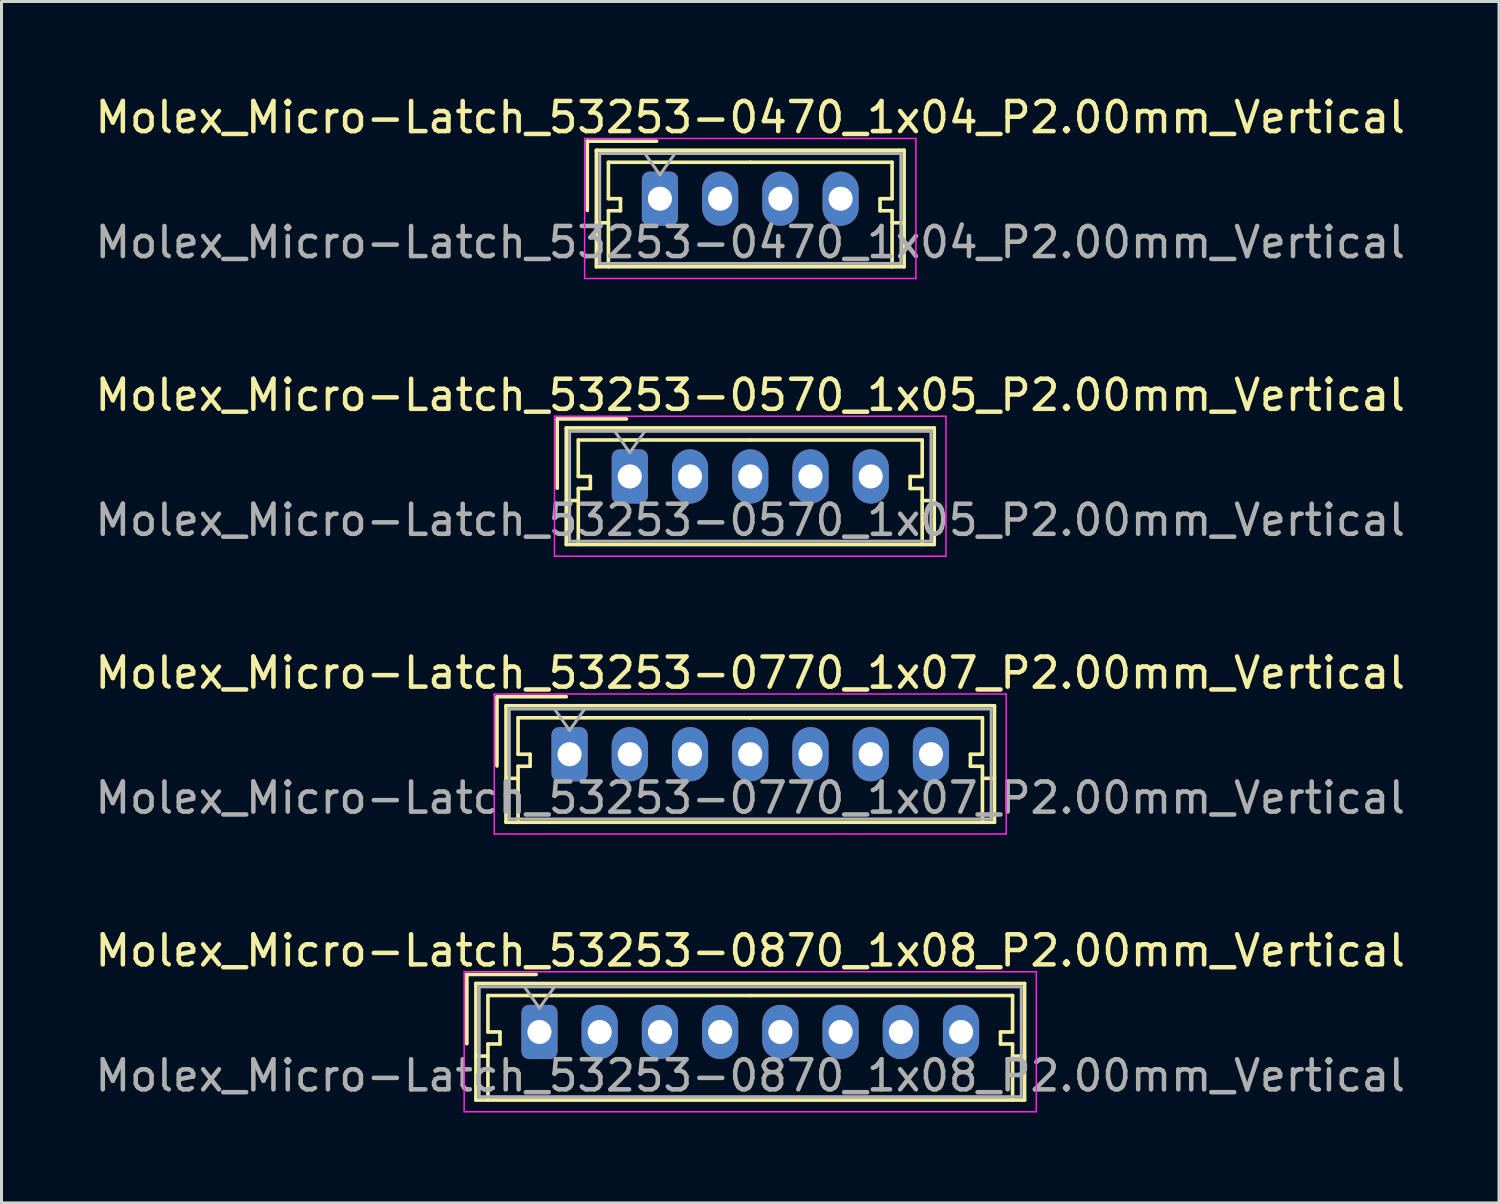
<source format=kicad_pcb>
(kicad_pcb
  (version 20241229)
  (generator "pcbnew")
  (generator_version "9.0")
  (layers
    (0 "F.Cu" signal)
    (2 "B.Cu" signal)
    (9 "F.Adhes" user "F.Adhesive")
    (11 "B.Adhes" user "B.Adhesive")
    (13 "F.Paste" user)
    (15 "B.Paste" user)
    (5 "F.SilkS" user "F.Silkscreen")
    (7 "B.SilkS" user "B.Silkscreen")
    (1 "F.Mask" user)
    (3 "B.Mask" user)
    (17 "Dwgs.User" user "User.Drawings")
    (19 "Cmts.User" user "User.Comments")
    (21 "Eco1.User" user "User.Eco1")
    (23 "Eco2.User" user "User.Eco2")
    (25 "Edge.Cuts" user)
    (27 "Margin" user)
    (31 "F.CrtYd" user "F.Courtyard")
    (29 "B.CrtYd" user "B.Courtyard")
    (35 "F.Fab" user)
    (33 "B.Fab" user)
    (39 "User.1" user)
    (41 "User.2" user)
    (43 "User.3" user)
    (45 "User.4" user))
  (footprint "Molex_Micro-Latch_53253-0470_1x04_P2.00mm_Vertical"
    (layer "F.Cu")
    (at 18.863 3.548)
    (property "Reference" "Molex_Micro-Latch_53253-0470_1x04_P2.00mm_Vertical" (at 3 -2.7 0) (layer "F.SilkS") (effects (font (size 1 1) (thickness 0.15))))
    (attr through_hole)
    (fp_line (start -2.41 -1.91) (end -2.41 0.39) (stroke (width 0.12) (type solid)) (layer "F.SilkS"))
    (fp_line (start -2.11 -1.61) (end -2.11 2.26) (stroke (width 0.12) (type solid)) (layer "F.SilkS"))
    (fp_line (start -2.11 0.8) (end -1.71 0.8) (stroke (width 0.12) (type solid)) (layer "F.SilkS"))
    (fp_line (start -2.11 2.26) (end 8.11 2.26) (stroke (width 0.12) (type solid)) (layer "F.SilkS"))
    (fp_line (start -1.71 -1.21) (end -1.71 0) (stroke (width 0.12) (type solid)) (layer "F.SilkS"))
    (fp_line (start -1.71 0) (end -1.31 0) (stroke (width 0.12) (type solid)) (layer "F.SilkS"))
    (fp_line (start -1.71 0.4) (end -1.71 2.26) (stroke (width 0.12) (type solid)) (layer "F.SilkS"))
    (fp_line (start -1.31 0) (end -1.31 0.4) (stroke (width 0.12) (type solid)) (layer "F.SilkS"))
    (fp_line (start -1.31 0.4) (end -1.71 0.4) (stroke (width 0.12) (type solid)) (layer "F.SilkS"))
    (fp_line (start -0.11 -1.91) (end -2.41 -1.91) (stroke (width 0.12) (type solid)) (layer "F.SilkS"))
    (fp_line (start 3 -1.21) (end -1.71 -1.21) (stroke (width 0.12) (type solid)) (layer "F.SilkS"))
    (fp_line (start 3 -1.21) (end 7.71 -1.21) (stroke (width 0.12) (type solid)) (layer "F.SilkS"))
    (fp_line (start 7.31 0) (end 7.31 0.4) (stroke (width 0.12) (type solid)) (layer "F.SilkS"))
    (fp_line (start 7.31 0.4) (end 7.71 0.4) (stroke (width 0.12) (type solid)) (layer "F.SilkS"))
    (fp_line (start 7.71 -1.21) (end 7.71 0) (stroke (width 0.12) (type solid)) (layer "F.SilkS"))
    (fp_line (start 7.71 0) (end 7.31 0) (stroke (width 0.12) (type solid)) (layer "F.SilkS"))
    (fp_line (start 7.71 0.4) (end 7.71 2.26) (stroke (width 0.12) (type solid)) (layer "F.SilkS"))
    (fp_line (start 8.11 -1.61) (end -2.11 -1.61) (stroke (width 0.12) (type solid)) (layer "F.SilkS"))
    (fp_line (start 8.11 0.8) (end 7.71 0.8) (stroke (width 0.12) (type solid)) (layer "F.SilkS"))
    (fp_line (start 8.11 2.26) (end 8.11 -1.61) (stroke (width 0.12) (type solid)) (layer "F.SilkS"))
    (fp_line (start -2.5 -2) (end -2.5 2.65) (stroke (width 0.05) (type solid)) (layer "F.CrtYd"))
    (fp_line (start -2.5 2.65) (end 8.5 2.65) (stroke (width 0.05) (type solid)) (layer "F.CrtYd"))
    (fp_line (start 8.5 -2) (end -2.5 -2) (stroke (width 0.05) (type solid)) (layer "F.CrtYd"))
    (fp_line (start 8.5 2.65) (end 8.5 -2) (stroke (width 0.05) (type solid)) (layer "F.CrtYd"))
    (fp_line (start -2 -1.5) (end -2 2.15) (stroke (width 0.1) (type solid)) (layer "F.Fab"))
    (fp_line (start -2 2.15) (end 8 2.15) (stroke (width 0.1) (type solid)) (layer "F.Fab"))
    (fp_line (start -0.5 -1.5) (end 0 -0.793) (stroke (width 0.1) (type solid)) (layer "F.Fab"))
    (fp_line (start 0 -0.793) (end 0.5 -1.5) (stroke (width 0.1) (type solid)) (layer "F.Fab"))
    (fp_line (start 8 -1.5) (end -2 -1.5) (stroke (width 0.1) (type solid)) (layer "F.Fab"))
    (fp_line (start 8 2.15) (end 8 -1.5) (stroke (width 0.1) (type solid)) (layer "F.Fab"))
    (fp_text user "${REFERENCE}" (at 3 1.45 0) (layer "F.Fab") (effects (font (size 1 1) (thickness 0.15))))
    (pad "1" thru_hole roundrect (at 0 0) (size 1.2 1.8) (drill 0.8) (layers "*.Cu" "*.Mask") (roundrect_rratio 0.208))
    (pad "2" thru_hole oval (at 2 0) (size 1.2 1.8) (drill 0.8) (layers "*.Cu" "*.Mask"))
    (pad "3" thru_hole oval (at 4 0) (size 1.2 1.8) (drill 0.8) (layers "*.Cu" "*.Mask"))
    (pad "4" thru_hole oval (at 6 0) (size 1.2 1.8) (drill 0.8) (layers "*.Cu" "*.Mask")))
  (footprint "Molex_Micro-Latch_53253-0770_1x07_P2.00mm_Vertical"
    (layer "F.Cu")
    (at 15.863 21.995)
    (property "Reference" "Molex_Micro-Latch_53253-0770_1x07_P2.00mm_Vertical" (at 6 -2.7 0) (layer "F.SilkS") (effects (font (size 1 1) (thickness 0.15))))
    (attr through_hole)
    (fp_line (start -2.41 -1.91) (end -2.41 0.39) (stroke (width 0.12) (type solid)) (layer "F.SilkS"))
    (fp_line (start -2.11 -1.61) (end -2.11 2.26) (stroke (width 0.12) (type solid)) (layer "F.SilkS"))
    (fp_line (start -2.11 0.8) (end -1.71 0.8) (stroke (width 0.12) (type solid)) (layer "F.SilkS"))
    (fp_line (start -2.11 2.26) (end 14.11 2.26) (stroke (width 0.12) (type solid)) (layer "F.SilkS"))
    (fp_line (start -1.71 -1.21) (end -1.71 0) (stroke (width 0.12) (type solid)) (layer "F.SilkS"))
    (fp_line (start -1.71 0) (end -1.31 0) (stroke (width 0.12) (type solid)) (layer "F.SilkS"))
    (fp_line (start -1.71 0.4) (end -1.71 2.26) (stroke (width 0.12) (type solid)) (layer "F.SilkS"))
    (fp_line (start -1.31 0) (end -1.31 0.4) (stroke (width 0.12) (type solid)) (layer "F.SilkS"))
    (fp_line (start -1.31 0.4) (end -1.71 0.4) (stroke (width 0.12) (type solid)) (layer "F.SilkS"))
    (fp_line (start -0.11 -1.91) (end -2.41 -1.91) (stroke (width 0.12) (type solid)) (layer "F.SilkS"))
    (fp_line (start 6 -1.21) (end -1.71 -1.21) (stroke (width 0.12) (type solid)) (layer "F.SilkS"))
    (fp_line (start 6 -1.21) (end 13.71 -1.21) (stroke (width 0.12) (type solid)) (layer "F.SilkS"))
    (fp_line (start 13.31 0) (end 13.31 0.4) (stroke (width 0.12) (type solid)) (layer "F.SilkS"))
    (fp_line (start 13.31 0.4) (end 13.71 0.4) (stroke (width 0.12) (type solid)) (layer "F.SilkS"))
    (fp_line (start 13.71 -1.21) (end 13.71 0) (stroke (width 0.12) (type solid)) (layer "F.SilkS"))
    (fp_line (start 13.71 0) (end 13.31 0) (stroke (width 0.12) (type solid)) (layer "F.SilkS"))
    (fp_line (start 13.71 0.4) (end 13.71 2.26) (stroke (width 0.12) (type solid)) (layer "F.SilkS"))
    (fp_line (start 14.11 -1.61) (end -2.11 -1.61) (stroke (width 0.12) (type solid)) (layer "F.SilkS"))
    (fp_line (start 14.11 0.8) (end 13.71 0.8) (stroke (width 0.12) (type solid)) (layer "F.SilkS"))
    (fp_line (start 14.11 2.26) (end 14.11 -1.61) (stroke (width 0.12) (type solid)) (layer "F.SilkS"))
    (fp_line (start -2.5 -2) (end -2.5 2.65) (stroke (width 0.05) (type solid)) (layer "F.CrtYd"))
    (fp_line (start -2.5 2.65) (end 14.5 2.65) (stroke (width 0.05) (type solid)) (layer "F.CrtYd"))
    (fp_line (start 14.5 -2) (end -2.5 -2) (stroke (width 0.05) (type solid)) (layer "F.CrtYd"))
    (fp_line (start 14.5 2.65) (end 14.5 -2) (stroke (width 0.05) (type solid)) (layer "F.CrtYd"))
    (fp_line (start -2 -1.5) (end -2 2.15) (stroke (width 0.1) (type solid)) (layer "F.Fab"))
    (fp_line (start -2 2.15) (end 14 2.15) (stroke (width 0.1) (type solid)) (layer "F.Fab"))
    (fp_line (start -0.5 -1.5) (end 0 -0.793) (stroke (width 0.1) (type solid)) (layer "F.Fab"))
    (fp_line (start 0 -0.793) (end 0.5 -1.5) (stroke (width 0.1) (type solid)) (layer "F.Fab"))
    (fp_line (start 14 -1.5) (end -2 -1.5) (stroke (width 0.1) (type solid)) (layer "F.Fab"))
    (fp_line (start 14 2.15) (end 14 -1.5) (stroke (width 0.1) (type solid)) (layer "F.Fab"))
    (fp_text user "${REFERENCE}" (at 6 1.45 0) (layer "F.Fab") (effects (font (size 1 1) (thickness 0.15))))
    (pad "1" thru_hole roundrect (at 0 0) (size 1.2 1.8) (drill 0.8) (layers "*.Cu" "*.Mask") (roundrect_rratio 0.208))
    (pad "2" thru_hole oval (at 2 0) (size 1.2 1.8) (drill 0.8) (layers "*.Cu" "*.Mask"))
    (pad "3" thru_hole oval (at 4 0) (size 1.2 1.8) (drill 0.8) (layers "*.Cu" "*.Mask"))
    (pad "4" thru_hole oval (at 6 0) (size 1.2 1.8) (drill 0.8) (layers "*.Cu" "*.Mask"))
    (pad "5" thru_hole oval (at 8 0) (size 1.2 1.8) (drill 0.8) (layers "*.Cu" "*.Mask"))
    (pad "6" thru_hole oval (at 10 0) (size 1.2 1.8) (drill 0.8) (layers "*.Cu" "*.Mask"))
    (pad "7" thru_hole oval (at 12 0) (size 1.2 1.8) (drill 0.8) (layers "*.Cu" "*.Mask")))
  (footprint "Molex_Micro-Latch_53253-0570_1x05_P2.00mm_Vertical"
    (layer "F.Cu")
    (at 17.863 12.771)
    (property "Reference" "Molex_Micro-Latch_53253-0570_1x05_P2.00mm_Vertical" (at 4 -2.7 0) (layer "F.SilkS") (effects (font (size 1 1) (thickness 0.15))))
    (attr through_hole)
    (fp_line (start -2.41 -1.91) (end -2.41 0.39) (stroke (width 0.12) (type solid)) (layer "F.SilkS"))
    (fp_line (start -2.11 -1.61) (end -2.11 2.26) (stroke (width 0.12) (type solid)) (layer "F.SilkS"))
    (fp_line (start -2.11 0.8) (end -1.71 0.8) (stroke (width 0.12) (type solid)) (layer "F.SilkS"))
    (fp_line (start -2.11 2.26) (end 10.11 2.26) (stroke (width 0.12) (type solid)) (layer "F.SilkS"))
    (fp_line (start -1.71 -1.21) (end -1.71 0) (stroke (width 0.12) (type solid)) (layer "F.SilkS"))
    (fp_line (start -1.71 0) (end -1.31 0) (stroke (width 0.12) (type solid)) (layer "F.SilkS"))
    (fp_line (start -1.71 0.4) (end -1.71 2.26) (stroke (width 0.12) (type solid)) (layer "F.SilkS"))
    (fp_line (start -1.31 0) (end -1.31 0.4) (stroke (width 0.12) (type solid)) (layer "F.SilkS"))
    (fp_line (start -1.31 0.4) (end -1.71 0.4) (stroke (width 0.12) (type solid)) (layer "F.SilkS"))
    (fp_line (start -0.11 -1.91) (end -2.41 -1.91) (stroke (width 0.12) (type solid)) (layer "F.SilkS"))
    (fp_line (start 4 -1.21) (end -1.71 -1.21) (stroke (width 0.12) (type solid)) (layer "F.SilkS"))
    (fp_line (start 4 -1.21) (end 9.71 -1.21) (stroke (width 0.12) (type solid)) (layer "F.SilkS"))
    (fp_line (start 9.31 0) (end 9.31 0.4) (stroke (width 0.12) (type solid)) (layer "F.SilkS"))
    (fp_line (start 9.31 0.4) (end 9.71 0.4) (stroke (width 0.12) (type solid)) (layer "F.SilkS"))
    (fp_line (start 9.71 -1.21) (end 9.71 0) (stroke (width 0.12) (type solid)) (layer "F.SilkS"))
    (fp_line (start 9.71 0) (end 9.31 0) (stroke (width 0.12) (type solid)) (layer "F.SilkS"))
    (fp_line (start 9.71 0.4) (end 9.71 2.26) (stroke (width 0.12) (type solid)) (layer "F.SilkS"))
    (fp_line (start 10.11 -1.61) (end -2.11 -1.61) (stroke (width 0.12) (type solid)) (layer "F.SilkS"))
    (fp_line (start 10.11 0.8) (end 9.71 0.8) (stroke (width 0.12) (type solid)) (layer "F.SilkS"))
    (fp_line (start 10.11 2.26) (end 10.11 -1.61) (stroke (width 0.12) (type solid)) (layer "F.SilkS"))
    (fp_line (start -2.5 -2) (end -2.5 2.65) (stroke (width 0.05) (type solid)) (layer "F.CrtYd"))
    (fp_line (start -2.5 2.65) (end 10.5 2.65) (stroke (width 0.05) (type solid)) (layer "F.CrtYd"))
    (fp_line (start 10.5 -2) (end -2.5 -2) (stroke (width 0.05) (type solid)) (layer "F.CrtYd"))
    (fp_line (start 10.5 2.65) (end 10.5 -2) (stroke (width 0.05) (type solid)) (layer "F.CrtYd"))
    (fp_line (start -2 -1.5) (end -2 2.15) (stroke (width 0.1) (type solid)) (layer "F.Fab"))
    (fp_line (start -2 2.15) (end 10 2.15) (stroke (width 0.1) (type solid)) (layer "F.Fab"))
    (fp_line (start -0.5 -1.5) (end 0 -0.793) (stroke (width 0.1) (type solid)) (layer "F.Fab"))
    (fp_line (start 0 -0.793) (end 0.5 -1.5) (stroke (width 0.1) (type solid)) (layer "F.Fab"))
    (fp_line (start 10 -1.5) (end -2 -1.5) (stroke (width 0.1) (type solid)) (layer "F.Fab"))
    (fp_line (start 10 2.15) (end 10 -1.5) (stroke (width 0.1) (type solid)) (layer "F.Fab"))
    (fp_text user "${REFERENCE}" (at 4 1.45 0) (layer "F.Fab") (effects (font (size 1 1) (thickness 0.15))))
    (pad "1" thru_hole roundrect (at 0 0) (size 1.2 1.8) (drill 0.8) (layers "*.Cu" "*.Mask") (roundrect_rratio 0.208))
    (pad "2" thru_hole oval (at 2 0) (size 1.2 1.8) (drill 0.8) (layers "*.Cu" "*.Mask"))
    (pad "3" thru_hole oval (at 4 0) (size 1.2 1.8) (drill 0.8) (layers "*.Cu" "*.Mask"))
    (pad "4" thru_hole oval (at 6 0) (size 1.2 1.8) (drill 0.8) (layers "*.Cu" "*.Mask"))
    (pad "5" thru_hole oval (at 8 0) (size 1.2 1.8) (drill 0.8) (layers "*.Cu" "*.Mask")))
  (footprint "Molex_Micro-Latch_53253-0870_1x08_P2.00mm_Vertical"
    (layer "F.Cu")
    (at 14.863 31.218)
    (property "Reference" "Molex_Micro-Latch_53253-0870_1x08_P2.00mm_Vertical" (at 7 -2.7 0) (layer "F.SilkS") (effects (font (size 1 1) (thickness 0.15))))
    (attr through_hole)
    (fp_line (start -2.41 -1.91) (end -2.41 0.39) (stroke (width 0.12) (type solid)) (layer "F.SilkS"))
    (fp_line (start -2.11 -1.61) (end -2.11 2.26) (stroke (width 0.12) (type solid)) (layer "F.SilkS"))
    (fp_line (start -2.11 0.8) (end -1.71 0.8) (stroke (width 0.12) (type solid)) (layer "F.SilkS"))
    (fp_line (start -2.11 2.26) (end 16.11 2.26) (stroke (width 0.12) (type solid)) (layer "F.SilkS"))
    (fp_line (start -1.71 -1.21) (end -1.71 0) (stroke (width 0.12) (type solid)) (layer "F.SilkS"))
    (fp_line (start -1.71 0) (end -1.31 0) (stroke (width 0.12) (type solid)) (layer "F.SilkS"))
    (fp_line (start -1.71 0.4) (end -1.71 2.26) (stroke (width 0.12) (type solid)) (layer "F.SilkS"))
    (fp_line (start -1.31 0) (end -1.31 0.4) (stroke (width 0.12) (type solid)) (layer "F.SilkS"))
    (fp_line (start -1.31 0.4) (end -1.71 0.4) (stroke (width 0.12) (type solid)) (layer "F.SilkS"))
    (fp_line (start -0.11 -1.91) (end -2.41 -1.91) (stroke (width 0.12) (type solid)) (layer "F.SilkS"))
    (fp_line (start 7 -1.21) (end -1.71 -1.21) (stroke (width 0.12) (type solid)) (layer "F.SilkS"))
    (fp_line (start 7 -1.21) (end 15.71 -1.21) (stroke (width 0.12) (type solid)) (layer "F.SilkS"))
    (fp_line (start 15.31 0) (end 15.31 0.4) (stroke (width 0.12) (type solid)) (layer "F.SilkS"))
    (fp_line (start 15.31 0.4) (end 15.71 0.4) (stroke (width 0.12) (type solid)) (layer "F.SilkS"))
    (fp_line (start 15.71 -1.21) (end 15.71 0) (stroke (width 0.12) (type solid)) (layer "F.SilkS"))
    (fp_line (start 15.71 0) (end 15.31 0) (stroke (width 0.12) (type solid)) (layer "F.SilkS"))
    (fp_line (start 15.71 0.4) (end 15.71 2.26) (stroke (width 0.12) (type solid)) (layer "F.SilkS"))
    (fp_line (start 16.11 -1.61) (end -2.11 -1.61) (stroke (width 0.12) (type solid)) (layer "F.SilkS"))
    (fp_line (start 16.11 0.8) (end 15.71 0.8) (stroke (width 0.12) (type solid)) (layer "F.SilkS"))
    (fp_line (start 16.11 2.26) (end 16.11 -1.61) (stroke (width 0.12) (type solid)) (layer "F.SilkS"))
    (fp_line (start -2.5 -2) (end -2.5 2.65) (stroke (width 0.05) (type solid)) (layer "F.CrtYd"))
    (fp_line (start -2.5 2.65) (end 16.5 2.65) (stroke (width 0.05) (type solid)) (layer "F.CrtYd"))
    (fp_line (start 16.5 -2) (end -2.5 -2) (stroke (width 0.05) (type solid)) (layer "F.CrtYd"))
    (fp_line (start 16.5 2.65) (end 16.5 -2) (stroke (width 0.05) (type solid)) (layer "F.CrtYd"))
    (fp_line (start -2 -1.5) (end -2 2.15) (stroke (width 0.1) (type solid)) (layer "F.Fab"))
    (fp_line (start -2 2.15) (end 16 2.15) (stroke (width 0.1) (type solid)) (layer "F.Fab"))
    (fp_line (start -0.5 -1.5) (end 0 -0.793) (stroke (width 0.1) (type solid)) (layer "F.Fab"))
    (fp_line (start 0 -0.793) (end 0.5 -1.5) (stroke (width 0.1) (type solid)) (layer "F.Fab"))
    (fp_line (start 16 -1.5) (end -2 -1.5) (stroke (width 0.1) (type solid)) (layer "F.Fab"))
    (fp_line (start 16 2.15) (end 16 -1.5) (stroke (width 0.1) (type solid)) (layer "F.Fab"))
    (fp_text user "${REFERENCE}" (at 7 1.45 0) (layer "F.Fab") (effects (font (size 1 1) (thickness 0.15))))
    (pad "1" thru_hole roundrect (at 0 0) (size 1.2 1.8) (drill 0.8) (layers "*.Cu" "*.Mask") (roundrect_rratio 0.208))
    (pad "2" thru_hole oval (at 2 0) (size 1.2 1.8) (drill 0.8) (layers "*.Cu" "*.Mask"))
    (pad "3" thru_hole oval (at 4 0) (size 1.2 1.8) (drill 0.8) (layers "*.Cu" "*.Mask"))
    (pad "4" thru_hole oval (at 6 0) (size 1.2 1.8) (drill 0.8) (layers "*.Cu" "*.Mask"))
    (pad "5" thru_hole oval (at 8 0) (size 1.2 1.8) (drill 0.8) (layers "*.Cu" "*.Mask"))
    (pad "6" thru_hole oval (at 10 0) (size 1.2 1.8) (drill 0.8) (layers "*.Cu" "*.Mask"))
    (pad "7" thru_hole oval (at 12 0) (size 1.2 1.8) (drill 0.8) (layers "*.Cu" "*.Mask"))
    (pad "8" thru_hole oval (at 14 0) (size 1.2 1.8) (drill 0.8) (layers "*.Cu" "*.Mask")))
  (gr_rect
    (start -3 -3)
    (end 46.726 36.893)
    (stroke (width 0.1) (type default))
    (fill no)
    (layer "Edge.Cuts")))
</source>
